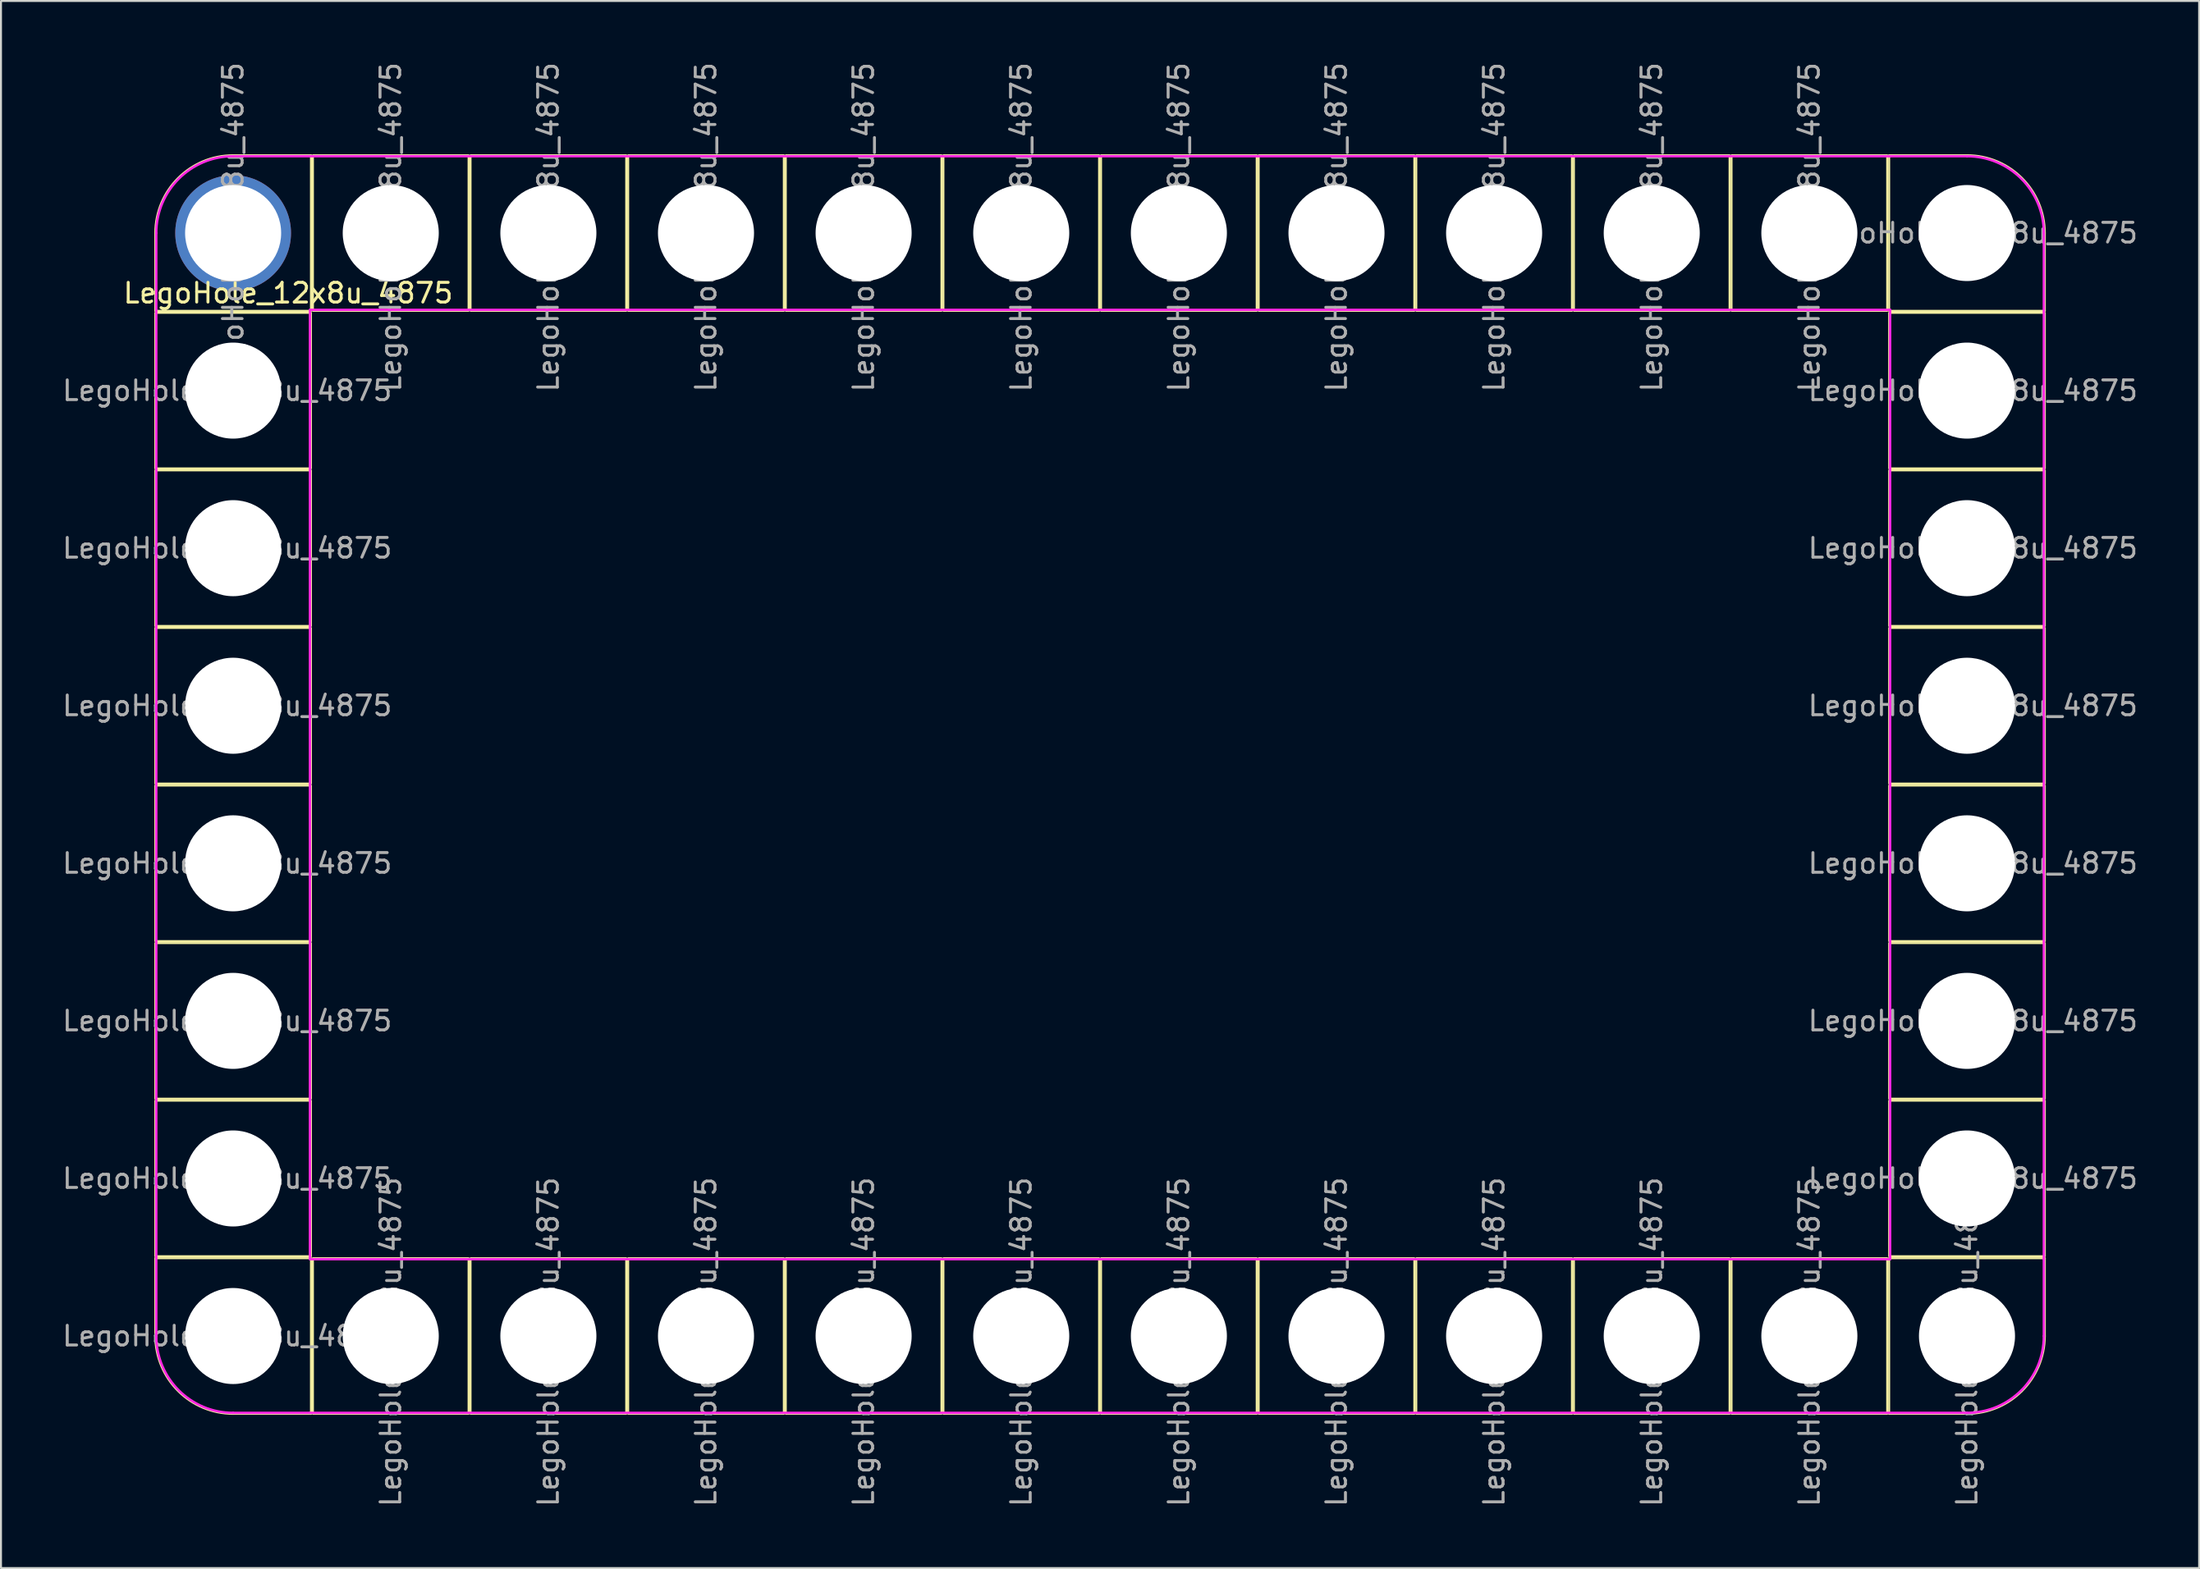
<source format=kicad_pcb>
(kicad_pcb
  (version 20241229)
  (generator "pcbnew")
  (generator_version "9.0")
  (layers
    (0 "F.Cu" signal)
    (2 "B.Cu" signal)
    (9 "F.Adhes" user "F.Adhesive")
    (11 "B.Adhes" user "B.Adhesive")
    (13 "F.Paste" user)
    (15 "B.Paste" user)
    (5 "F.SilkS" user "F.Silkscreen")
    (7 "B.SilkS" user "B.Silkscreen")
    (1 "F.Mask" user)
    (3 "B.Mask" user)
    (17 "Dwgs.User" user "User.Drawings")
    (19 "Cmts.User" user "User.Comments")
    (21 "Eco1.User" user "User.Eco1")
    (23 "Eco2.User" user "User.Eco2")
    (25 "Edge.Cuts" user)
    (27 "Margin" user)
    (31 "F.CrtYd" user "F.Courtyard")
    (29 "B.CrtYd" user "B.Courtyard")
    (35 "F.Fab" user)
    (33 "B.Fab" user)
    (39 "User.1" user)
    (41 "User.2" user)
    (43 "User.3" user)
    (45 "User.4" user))
  (footprint "LegoHole_12x8u_4875"
    (layer "F.Cu")
    (at 8.782 8.782)
    (property "Reference" "LegoHole_12x8u_4875" (at 2.794 3.048 0) (layer "F.SilkS") (effects (font (size 1 1) (thickness 0.15))))
    (attr exclude_from_pos_files)
    (fp_line (start -3.95 0) (end -3.95 3.95) (stroke (width 0.1) (type solid)) (layer "F.SilkS"))
    (fp_line (start -3.95 3.95) (end 3.95 3.95) (stroke (width 0.1) (type solid)) (layer "F.SilkS"))
    (fp_line (start -3.95 56) (end -3.95 52.05) (stroke (width 0.1) (type solid)) (layer "F.SilkS"))
    (fp_line (start 0 -3.95) (end 3.95 -3.95) (stroke (width 0.1) (type solid)) (layer "F.SilkS"))
    (fp_line (start 0 59.95) (end 3.95 59.95) (stroke (width 0.1) (type solid)) (layer "F.SilkS"))
    (fp_line (start 3.95 3.95) (end 3.95 -3.95) (stroke (width 0.1) (type solid)) (layer "F.SilkS"))
    (fp_line (start 3.95 52.05) (end -3.95 52.05) (stroke (width 0.1) (type solid)) (layer "F.SilkS"))
    (fp_line (start 3.95 59.95) (end 3.95 52.05) (stroke (width 0.1) (type solid)) (layer "F.SilkS"))
    (fp_line (start 84.05 -3.95) (end 84.05 3.95) (stroke (width 0.1) (type solid)) (layer "F.SilkS"))
    (fp_line (start 84.05 3.95) (end 91.95 3.95) (stroke (width 0.1) (type solid)) (layer "F.SilkS"))
    (fp_line (start 84.05 52.05) (end 84.05 59.95) (stroke (width 0.1) (type solid)) (layer "F.SilkS"))
    (fp_line (start 88 -3.95) (end 84.05 -3.95) (stroke (width 0.1) (type solid)) (layer "F.SilkS"))
    (fp_line (start 88 59.95) (end 84.05 59.95) (stroke (width 0.1) (type solid)) (layer "F.SilkS"))
    (fp_line (start 91.95 0) (end 91.95 3.95) (stroke (width 0.1) (type solid)) (layer "F.SilkS"))
    (fp_line (start 91.95 52.05) (end 84.05 52.05) (stroke (width 0.1) (type solid)) (layer "F.SilkS"))
    (fp_line (start 91.95 56) (end 91.95 52.05) (stroke (width 0.1) (type solid)) (layer "F.SilkS"))
    (fp_rect (start 3.95 11.95) (end -3.95 4.05) (stroke (width 0.1) (type solid)) (fill no) (layer "F.SilkS"))
    (fp_rect (start 3.95 19.95) (end -3.95 12.05) (stroke (width 0.1) (type solid)) (fill no) (layer "F.SilkS"))
    (fp_rect (start 3.95 27.95) (end -3.95 20.05) (stroke (width 0.1) (type solid)) (fill no) (layer "F.SilkS"))
    (fp_rect (start 3.95 35.95) (end -3.95 28.05) (stroke (width 0.1) (type solid)) (fill no) (layer "F.SilkS"))
    (fp_rect (start 3.95 43.95) (end -3.95 36.05) (stroke (width 0.1) (type solid)) (fill no) (layer "F.SilkS"))
    (fp_rect (start 3.95 51.95) (end -3.95 44.05) (stroke (width 0.1) (type solid)) (fill no) (layer "F.SilkS"))
    (fp_rect (start 4.05 3.95) (end 11.95 -3.95) (stroke (width 0.1) (type solid)) (fill no) (layer "F.SilkS"))
    (fp_rect (start 11.95 52.05) (end 4.05 59.95) (stroke (width 0.1) (type solid)) (fill no) (layer "F.SilkS"))
    (fp_rect (start 12.05 3.95) (end 19.95 -3.95) (stroke (width 0.1) (type solid)) (fill no) (layer "F.SilkS"))
    (fp_rect (start 19.95 52.05) (end 12.05 59.95) (stroke (width 0.1) (type solid)) (fill no) (layer "F.SilkS"))
    (fp_rect (start 20.05 3.95) (end 27.95 -3.95) (stroke (width 0.1) (type solid)) (fill no) (layer "F.SilkS"))
    (fp_rect (start 27.95 52.05) (end 20.05 59.95) (stroke (width 0.1) (type solid)) (fill no) (layer "F.SilkS"))
    (fp_rect (start 28.05 3.95) (end 35.95 -3.95) (stroke (width 0.1) (type solid)) (fill no) (layer "F.SilkS"))
    (fp_rect (start 35.95 52.05) (end 28.05 59.95) (stroke (width 0.1) (type solid)) (fill no) (layer "F.SilkS"))
    (fp_rect (start 36.05 3.95) (end 43.95 -3.95) (stroke (width 0.1) (type solid)) (fill no) (layer "F.SilkS"))
    (fp_rect (start 43.95 52.05) (end 36.05 59.95) (stroke (width 0.1) (type solid)) (fill no) (layer "F.SilkS"))
    (fp_rect (start 44.05 3.95) (end 51.95 -3.95) (stroke (width 0.1) (type solid)) (fill no) (layer "F.SilkS"))
    (fp_rect (start 51.95 52.05) (end 44.05 59.95) (stroke (width 0.1) (type solid)) (fill no) (layer "F.SilkS"))
    (fp_rect (start 52.05 3.95) (end 59.95 -3.95) (stroke (width 0.1) (type solid)) (fill no) (layer "F.SilkS"))
    (fp_rect (start 59.95 52.05) (end 52.05 59.95) (stroke (width 0.1) (type solid)) (fill no) (layer "F.SilkS"))
    (fp_rect (start 60.05 3.95) (end 67.95 -3.95) (stroke (width 0.1) (type solid)) (fill no) (layer "F.SilkS"))
    (fp_rect (start 67.95 52.05) (end 60.05 59.95) (stroke (width 0.1) (type solid)) (fill no) (layer "F.SilkS"))
    (fp_rect (start 68.05 3.95) (end 75.95 -3.95) (stroke (width 0.1) (type solid)) (fill no) (layer "F.SilkS"))
    (fp_rect (start 75.95 52.05) (end 68.05 59.95) (stroke (width 0.1) (type solid)) (fill no) (layer "F.SilkS"))
    (fp_rect (start 76.05 3.95) (end 83.95 -3.95) (stroke (width 0.1) (type solid)) (fill no) (layer "F.SilkS"))
    (fp_rect (start 83.95 52.05) (end 76.05 59.95) (stroke (width 0.1) (type solid)) (fill no) (layer "F.SilkS"))
    (fp_rect (start 84.05 4.05) (end 91.95 11.95) (stroke (width 0.1) (type solid)) (fill no) (layer "F.SilkS"))
    (fp_rect (start 84.05 12.05) (end 91.95 19.95) (stroke (width 0.1) (type solid)) (fill no) (layer "F.SilkS"))
    (fp_rect (start 84.05 20.05) (end 91.95 27.95) (stroke (width 0.1) (type solid)) (fill no) (layer "F.SilkS"))
    (fp_rect (start 84.05 28.05) (end 91.95 35.95) (stroke (width 0.1) (type solid)) (fill no) (layer "F.SilkS"))
    (fp_rect (start 84.05 36.05) (end 91.95 43.95) (stroke (width 0.1) (type solid)) (fill no) (layer "F.SilkS"))
    (fp_rect (start 84.05 44.05) (end 91.95 51.95) (stroke (width 0.1) (type solid)) (fill no) (layer "F.SilkS"))
    (fp_arc (start -3.95 0) (mid -2.793072 -2.793072) (end 0 -3.95) (stroke (width 0.1) (type solid)) (layer "F.SilkS"))
    (fp_arc (start 0 59.95) (mid -2.793072 58.793072) (end -3.95 56) (stroke (width 0.1) (type solid)) (layer "F.SilkS"))
    (fp_arc (start 88 -3.95) (mid 90.793072 -2.793072) (end 91.95 0) (stroke (width 0.1) (type solid)) (layer "F.SilkS"))
    (fp_arc (start 91.95 56) (mid 90.793072 58.793072) (end 88 59.95) (stroke (width 0.1) (type solid)) (layer "F.SilkS"))
    (fp_line (start -3.9 3.9) (end -3.9 0) (stroke (width 0.12) (type solid)) (layer "F.CrtYd"))
    (fp_line (start -3.9 3.9) (end -3.9 56) (stroke (width 0.12) (type solid)) (layer "F.CrtYd"))
    (fp_line (start 3.9 3.9) (end 84.1 3.9) (stroke (width 0.12) (type solid)) (layer "F.CrtYd"))
    (fp_line (start 3.9 52.1) (end 3.9 3.9) (stroke (width 0.12) (type solid)) (layer "F.CrtYd"))
    (fp_line (start 3.9 59.9) (end 0 59.9) (stroke (width 0.12) (type solid)) (layer "F.CrtYd"))
    (fp_line (start 3.9 59.9) (end 88 59.9) (stroke (width 0.12) (type solid)) (layer "F.CrtYd"))
    (fp_line (start 84.1 -3.9) (end 0 -3.9) (stroke (width 0.12) (type solid)) (layer "F.CrtYd"))
    (fp_line (start 84.1 -3.9) (end 88 -3.9) (stroke (width 0.12) (type solid)) (layer "F.CrtYd"))
    (fp_line (start 84.1 3.9) (end 84.1 52.1) (stroke (width 0.12) (type solid)) (layer "F.CrtYd"))
    (fp_line (start 84.1 52.1) (end 3.9 52.1) (stroke (width 0.12) (type solid)) (layer "F.CrtYd"))
    (fp_line (start 91.9 52.1) (end 91.9 0) (stroke (width 0.12) (type solid)) (layer "F.CrtYd"))
    (fp_line (start 91.9 52.1) (end 91.9 56) (stroke (width 0.12) (type solid)) (layer "F.CrtYd"))
    (fp_arc (start -3.9 0) (mid -2.757716 -2.757716) (end 0 -3.9) (stroke (width 0.12) (type solid)) (layer "F.CrtYd"))
    (fp_arc (start 0 59.9) (mid -2.757716 58.757716) (end -3.9 56) (stroke (width 0.12) (type solid)) (layer "F.CrtYd"))
    (fp_arc (start 88 -3.9) (mid 90.757716 -2.757716) (end 91.9 0) (stroke (width 0.12) (type solid)) (layer "F.CrtYd"))
    (fp_arc (start 91.9 56) (mid 90.757716 58.757716) (end 88 59.9) (stroke (width 0.12) (type solid)) (layer "F.CrtYd"))
    (fp_text user "${REFERENCE}" (at 16 -0.3 90) (layer "F.Fab") (effects (font (size 1 1) (thickness 0.15))))
    (fp_text user "${REFERENCE}" (at 80 56.3 270) (layer "F.Fab") (effects (font (size 1 1) (thickness 0.15))))
    (fp_text user "${REFERENCE}" (at 40 -0.3 90) (layer "F.Fab") (effects (font (size 1 1) (thickness 0.15))))
    (fp_text user "${REFERENCE}" (at 64 -0.3 90) (layer "F.Fab") (effects (font (size 1 1) (thickness 0.15))))
    (fp_text user "${REFERENCE}" (at 32 56.3 270) (layer "F.Fab") (effects (font (size 1 1) (thickness 0.15))))
    (fp_text user "${REFERENCE}" (at 0 -0.3 90) (layer "F.Fab") (effects (font (size 1 1) (thickness 0.15))))
    (fp_text user "${REFERENCE}" (at 72 56.3 270) (layer "F.Fab") (effects (font (size 1 1) (thickness 0.15))))
    (fp_text user "${REFERENCE}" (at 48 56.3 270) (layer "F.Fab") (effects (font (size 1 1) (thickness 0.15))))
    (fp_text user "${REFERENCE}" (at 88.3 16 0) (layer "F.Fab") (effects (font (size 1 1) (thickness 0.15))))
    (fp_text user "${REFERENCE}" (at -0.3 32 180) (layer "F.Fab") (effects (font (size 1 1) (thickness 0.15))))
    (fp_text user "${REFERENCE}" (at 48 -0.3 90) (layer "F.Fab") (effects (font (size 1 1) (thickness 0.15))))
    (fp_text user "${REFERENCE}" (at -0.3 8 180) (layer "F.Fab") (effects (font (size 1 1) (thickness 0.15))))
    (fp_text user "${REFERENCE}" (at 88.3 8 0) (layer "F.Fab") (effects (font (size 1 1) (thickness 0.15))))
    (fp_text user "${REFERENCE}" (at 56 56.3 270) (layer "F.Fab") (effects (font (size 1 1) (thickness 0.15))))
    (fp_text user "${REFERENCE}" (at 8 -0.3 90) (layer "F.Fab") (effects (font (size 1 1) (thickness 0.15))))
    (fp_text user "${REFERENCE}" (at 24 -0.3 90) (layer "F.Fab") (effects (font (size 1 1) (thickness 0.15))))
    (fp_text user "${REFERENCE}" (at 88.3 48 0) (layer "F.Fab") (effects (font (size 1 1) (thickness 0.15))))
    (fp_text user "${REFERENCE}" (at -0.3 40 180) (layer "F.Fab") (effects (font (size 1 1) (thickness 0.15))))
    (fp_text user "${REFERENCE}" (at 88 56.3 270) (layer "F.Fab") (effects (font (size 1 1) (thickness 0.15))))
    (fp_text user "${REFERENCE}" (at -0.3 16 180) (layer "F.Fab") (effects (font (size 1 1) (thickness 0.15))))
    (fp_text user "${REFERENCE}" (at 56 -0.3 90) (layer "F.Fab") (effects (font (size 1 1) (thickness 0.15))))
    (fp_text user "${REFERENCE}" (at 88.3 0 0) (layer "F.Fab") (effects (font (size 1 1) (thickness 0.15))))
    (fp_text user "${REFERENCE}" (at -0.3 48 180) (layer "F.Fab") (effects (font (size 1 1) (thickness 0.15))))
    (fp_text user "${REFERENCE}" (at 80 -0.3 90) (layer "F.Fab") (effects (font (size 1 1) (thickness 0.15))))
    (fp_text user "${REFERENCE}" (at 8 56.3 270) (layer "F.Fab") (effects (font (size 1 1) (thickness 0.15))))
    (fp_text user "${REFERENCE}" (at 16 56.3 270) (layer "F.Fab") (effects (font (size 1 1) (thickness 0.15))))
    (fp_text user "${REFERENCE}" (at 24 56.3 270) (layer "F.Fab") (effects (font (size 1 1) (thickness 0.15))))
    (fp_text user "${REFERENCE}" (at 72 -0.3 90) (layer "F.Fab") (effects (font (size 1 1) (thickness 0.15))))
    (fp_text user "${REFERENCE}" (at 88.3 24 0) (layer "F.Fab") (effects (font (size 1 1) (thickness 0.15))))
    (fp_text user "${REFERENCE}" (at 40 56.3 270) (layer "F.Fab") (effects (font (size 1 1) (thickness 0.15))))
    (fp_text user "${REFERENCE}" (at 88.3 32 0) (layer "F.Fab") (effects (font (size 1 1) (thickness 0.15))))
    (fp_text user "${REFERENCE}" (at -0.3 24 180) (layer "F.Fab") (effects (font (size 1 1) (thickness 0.15))))
    (fp_text user "${REFERENCE}" (at 88.3 40 0) (layer "F.Fab") (effects (font (size 1 1) (thickness 0.15))))
    (fp_text user "${REFERENCE}" (at 32 -0.3 90) (layer "F.Fab") (effects (font (size 1 1) (thickness 0.15))))
    (fp_text user "${REFERENCE}" (at 64 56.3 270) (layer "F.Fab") (effects (font (size 1 1) (thickness 0.15))))
    (fp_text user "${REFERENCE}" (at -0.3 56 180) (layer "F.Fab") (effects (font (size 1 1) (thickness 0.15))))
    (pad "" np_thru_hole circle (at 0 0 90) (size 5.875 5.875) (drill 4.875) (layers "*.Cu" "*.Mask"))
    (pad "" np_thru_hole circle (at 0 8 180) (size 4.875 4.875) (drill 4.875) (layers "*.Cu" "*.Mask"))
    (pad "" np_thru_hole circle (at 0 16 180) (size 4.875 4.875) (drill 4.875) (layers "*.Cu" "*.Mask"))
    (pad "" np_thru_hole circle (at 0 24 180) (size 4.875 4.875) (drill 4.875) (layers "*.Cu" "*.Mask"))
    (pad "" np_thru_hole circle (at 0 32 180) (size 4.875 4.875) (drill 4.875) (layers "*.Cu" "*.Mask"))
    (pad "" np_thru_hole circle (at 0 40 180) (size 4.875 4.875) (drill 4.875) (layers "*.Cu" "*.Mask"))
    (pad "" np_thru_hole circle (at 0 48 180) (size 4.875 4.875) (drill 4.875) (layers "*.Cu" "*.Mask"))
    (pad "" np_thru_hole circle (at 0 56 180) (size 4.875 4.875) (drill 4.875) (layers "*.Cu" "*.Mask"))
    (pad "" np_thru_hole circle (at 8 0 90) (size 4.875 4.875) (drill 4.875) (layers "*.Cu" "*.Mask"))
    (pad "" np_thru_hole circle (at 8 56 270) (size 4.875 4.875) (drill 4.875) (layers "*.Cu" "*.Mask"))
    (pad "" np_thru_hole circle (at 16 0 90) (size 4.875 4.875) (drill 4.875) (layers "*.Cu" "*.Mask"))
    (pad "" np_thru_hole circle (at 16 56 270) (size 4.875 4.875) (drill 4.875) (layers "*.Cu" "*.Mask"))
    (pad "" np_thru_hole circle (at 24 0 90) (size 4.875 4.875) (drill 4.875) (layers "*.Cu" "*.Mask"))
    (pad "" np_thru_hole circle (at 24 56 270) (size 4.875 4.875) (drill 4.875) (layers "*.Cu" "*.Mask"))
    (pad "" np_thru_hole circle (at 32 0 90) (size 4.875 4.875) (drill 4.875) (layers "*.Cu" "*.Mask"))
    (pad "" np_thru_hole circle (at 32 56 270) (size 4.875 4.875) (drill 4.875) (layers "*.Cu" "*.Mask"))
    (pad "" np_thru_hole circle (at 40 0 90) (size 4.875 4.875) (drill 4.875) (layers "*.Cu" "*.Mask"))
    (pad "" np_thru_hole circle (at 40 56 270) (size 4.875 4.875) (drill 4.875) (layers "*.Cu" "*.Mask"))
    (pad "" np_thru_hole circle (at 48 0 90) (size 4.875 4.875) (drill 4.875) (layers "*.Cu" "*.Mask"))
    (pad "" np_thru_hole circle (at 48 56 270) (size 4.875 4.875) (drill 4.875) (layers "*.Cu" "*.Mask"))
    (pad "" np_thru_hole circle (at 56 0 90) (size 4.875 4.875) (drill 4.875) (layers "*.Cu" "*.Mask"))
    (pad "" np_thru_hole circle (at 56 56 270) (size 4.875 4.875) (drill 4.875) (layers "*.Cu" "*.Mask"))
    (pad "" np_thru_hole circle (at 64 0 90) (size 4.875 4.875) (drill 4.875) (layers "*.Cu" "*.Mask"))
    (pad "" np_thru_hole circle (at 64 56 270) (size 4.875 4.875) (drill 4.875) (layers "*.Cu" "*.Mask"))
    (pad "" np_thru_hole circle (at 72 0 90) (size 4.875 4.875) (drill 4.875) (layers "*.Cu" "*.Mask"))
    (pad "" np_thru_hole circle (at 72 56 270) (size 4.875 4.875) (drill 4.875) (layers "*.Cu" "*.Mask"))
    (pad "" np_thru_hole circle (at 80 0 90) (size 4.875 4.875) (drill 4.875) (layers "*.Cu" "*.Mask"))
    (pad "" np_thru_hole circle (at 80 56 270) (size 4.875 4.875) (drill 4.875) (layers "*.Cu" "*.Mask"))
    (pad "" np_thru_hole circle (at 88 0) (size 4.875 4.875) (drill 4.875) (layers "*.Cu" "*.Mask"))
    (pad "" np_thru_hole circle (at 88 8) (size 4.875 4.875) (drill 4.875) (layers "*.Cu" "*.Mask"))
    (pad "" np_thru_hole circle (at 88 16) (size 4.875 4.875) (drill 4.875) (layers "*.Cu" "*.Mask"))
    (pad "" np_thru_hole circle (at 88 24) (size 4.875 4.875) (drill 4.875) (layers "*.Cu" "*.Mask"))
    (pad "" np_thru_hole circle (at 88 32) (size 4.875 4.875) (drill 4.875) (layers "*.Cu" "*.Mask"))
    (pad "" np_thru_hole circle (at 88 40) (size 4.875 4.875) (drill 4.875) (layers "*.Cu" "*.Mask"))
    (pad "" np_thru_hole circle (at 88 48) (size 4.875 4.875) (drill 4.875) (layers "*.Cu" "*.Mask"))
    (pad "" np_thru_hole circle (at 88 56 270) (size 4.875 4.875) (drill 4.875) (layers "*.Cu" "*.Mask")))
  (gr_rect
    (start -3 -3)
    (end 108.564 76.564)
    (stroke (width 0.1) (type default))
    (fill no)
    (layer "Edge.Cuts")))
</source>
